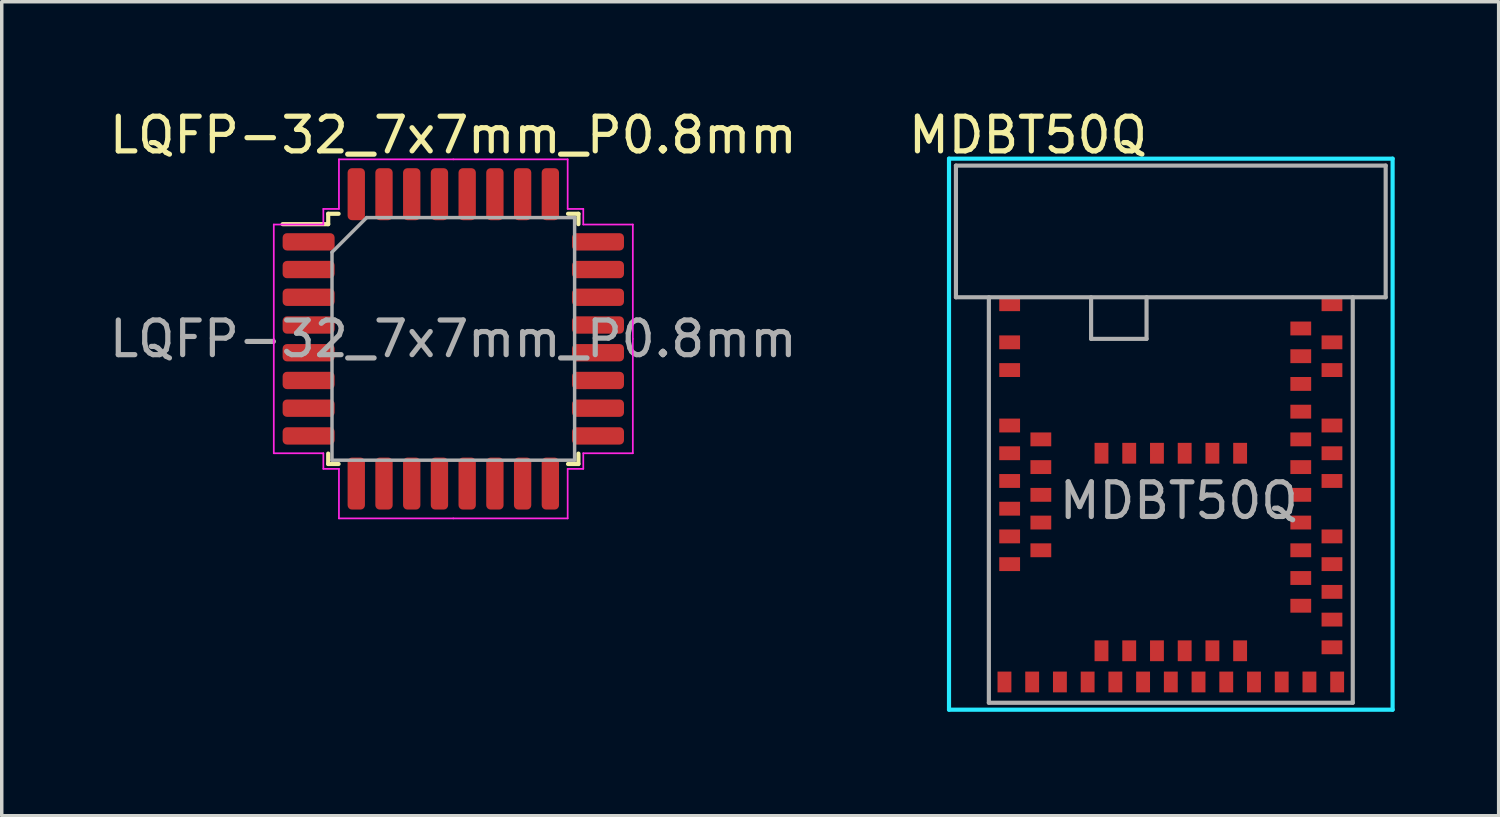
<source format=kicad_pcb>
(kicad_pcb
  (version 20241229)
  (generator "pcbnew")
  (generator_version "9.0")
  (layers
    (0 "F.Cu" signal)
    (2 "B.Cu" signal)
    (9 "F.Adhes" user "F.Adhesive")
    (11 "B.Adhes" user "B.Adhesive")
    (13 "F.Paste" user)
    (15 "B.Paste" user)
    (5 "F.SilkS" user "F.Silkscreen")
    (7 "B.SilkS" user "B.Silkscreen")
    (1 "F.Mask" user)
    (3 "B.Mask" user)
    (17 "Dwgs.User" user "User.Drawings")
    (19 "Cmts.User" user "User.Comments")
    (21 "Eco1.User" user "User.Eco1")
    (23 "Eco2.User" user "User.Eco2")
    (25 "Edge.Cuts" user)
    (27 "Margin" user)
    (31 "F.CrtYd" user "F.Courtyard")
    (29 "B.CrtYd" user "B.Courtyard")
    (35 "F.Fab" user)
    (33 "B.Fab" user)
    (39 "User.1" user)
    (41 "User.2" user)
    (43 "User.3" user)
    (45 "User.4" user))
  (footprint "LQFP-32_7x7mm_P0.8mm"
    (layer "F.Cu")
    (at 10.03 6.728)
    (property "Reference" "LQFP-32_7x7mm_P0.8mm" (at 0 -5.88 0) (layer "F.SilkS") (effects (font (size 1 1) (thickness 0.15))))
    (attr smd)
    (fp_line (start -3.61 -3.61) (end -3.61 -3.31) (stroke (width 0.12) (type solid)) (layer "F.SilkS"))
    (fp_line (start -3.61 -3.31) (end -4.925 -3.31) (stroke (width 0.12) (type solid)) (layer "F.SilkS"))
    (fp_line (start -3.61 3.61) (end -3.61 3.31) (stroke (width 0.12) (type solid)) (layer "F.SilkS"))
    (fp_line (start -3.31 -3.61) (end -3.61 -3.61) (stroke (width 0.12) (type solid)) (layer "F.SilkS"))
    (fp_line (start -3.31 3.61) (end -3.61 3.61) (stroke (width 0.12) (type solid)) (layer "F.SilkS"))
    (fp_line (start 3.31 -3.61) (end 3.61 -3.61) (stroke (width 0.12) (type solid)) (layer "F.SilkS"))
    (fp_line (start 3.31 3.61) (end 3.61 3.61) (stroke (width 0.12) (type solid)) (layer "F.SilkS"))
    (fp_line (start 3.61 -3.61) (end 3.61 -3.31) (stroke (width 0.12) (type solid)) (layer "F.SilkS"))
    (fp_line (start 3.61 3.61) (end 3.61 3.31) (stroke (width 0.12) (type solid)) (layer "F.SilkS"))
    (fp_line (start -5.18 -3.3) (end -5.18 0) (stroke (width 0.05) (type solid)) (layer "F.CrtYd"))
    (fp_line (start -5.18 3.3) (end -5.18 0) (stroke (width 0.05) (type solid)) (layer "F.CrtYd"))
    (fp_line (start -3.75 -3.75) (end -3.75 -3.3) (stroke (width 0.05) (type solid)) (layer "F.CrtYd"))
    (fp_line (start -3.75 -3.3) (end -5.18 -3.3) (stroke (width 0.05) (type solid)) (layer "F.CrtYd"))
    (fp_line (start -3.75 3.3) (end -5.18 3.3) (stroke (width 0.05) (type solid)) (layer "F.CrtYd"))
    (fp_line (start -3.75 3.75) (end -3.75 3.3) (stroke (width 0.05) (type solid)) (layer "F.CrtYd"))
    (fp_line (start -3.3 -5.18) (end -3.3 -3.75) (stroke (width 0.05) (type solid)) (layer "F.CrtYd"))
    (fp_line (start -3.3 -3.75) (end -3.75 -3.75) (stroke (width 0.05) (type solid)) (layer "F.CrtYd"))
    (fp_line (start -3.3 3.75) (end -3.75 3.75) (stroke (width 0.05) (type solid)) (layer "F.CrtYd"))
    (fp_line (start -3.3 5.18) (end -3.3 3.75) (stroke (width 0.05) (type solid)) (layer "F.CrtYd"))
    (fp_line (start 0 -5.18) (end -3.3 -5.18) (stroke (width 0.05) (type solid)) (layer "F.CrtYd"))
    (fp_line (start 0 -5.18) (end 3.3 -5.18) (stroke (width 0.05) (type solid)) (layer "F.CrtYd"))
    (fp_line (start 0 5.18) (end -3.3 5.18) (stroke (width 0.05) (type solid)) (layer "F.CrtYd"))
    (fp_line (start 0 5.18) (end 3.3 5.18) (stroke (width 0.05) (type solid)) (layer "F.CrtYd"))
    (fp_line (start 3.3 -5.18) (end 3.3 -3.75) (stroke (width 0.05) (type solid)) (layer "F.CrtYd"))
    (fp_line (start 3.3 -3.75) (end 3.75 -3.75) (stroke (width 0.05) (type solid)) (layer "F.CrtYd"))
    (fp_line (start 3.3 3.75) (end 3.75 3.75) (stroke (width 0.05) (type solid)) (layer "F.CrtYd"))
    (fp_line (start 3.3 5.18) (end 3.3 3.75) (stroke (width 0.05) (type solid)) (layer "F.CrtYd"))
    (fp_line (start 3.75 -3.75) (end 3.75 -3.3) (stroke (width 0.05) (type solid)) (layer "F.CrtYd"))
    (fp_line (start 3.75 -3.3) (end 5.18 -3.3) (stroke (width 0.05) (type solid)) (layer "F.CrtYd"))
    (fp_line (start 3.75 3.3) (end 5.18 3.3) (stroke (width 0.05) (type solid)) (layer "F.CrtYd"))
    (fp_line (start 3.75 3.75) (end 3.75 3.3) (stroke (width 0.05) (type solid)) (layer "F.CrtYd"))
    (fp_line (start 5.18 -3.3) (end 5.18 0) (stroke (width 0.05) (type solid)) (layer "F.CrtYd"))
    (fp_line (start 5.18 3.3) (end 5.18 0) (stroke (width 0.05) (type solid)) (layer "F.CrtYd"))
    (fp_line (start -3.5 -2.5) (end -2.5 -3.5) (stroke (width 0.1) (type solid)) (layer "F.Fab"))
    (fp_line (start -3.5 3.5) (end -3.5 -2.5) (stroke (width 0.1) (type solid)) (layer "F.Fab"))
    (fp_line (start -2.5 -3.5) (end 3.5 -3.5) (stroke (width 0.1) (type solid)) (layer "F.Fab"))
    (fp_line (start 3.5 -3.5) (end 3.5 3.5) (stroke (width 0.1) (type solid)) (layer "F.Fab"))
    (fp_line (start 3.5 3.5) (end -3.5 3.5) (stroke (width 0.1) (type solid)) (layer "F.Fab"))
    (fp_text user "${REFERENCE}" (at 0 0 0) (layer "F.Fab") (effects (font (size 1 1) (thickness 0.15))))
    (pad "1" smd roundrect (at -4.175 -2.8) (size 1.5 0.5) (layers "F.Cu" "F.Mask" "F.Paste") (roundrect_rratio 0.25))
    (pad "2" smd roundrect (at -4.175 -2) (size 1.5 0.5) (layers "F.Cu" "F.Mask" "F.Paste") (roundrect_rratio 0.25))
    (pad "3" smd roundrect (at -4.175 -1.2) (size 1.5 0.5) (layers "F.Cu" "F.Mask" "F.Paste") (roundrect_rratio 0.25))
    (pad "4" smd roundrect (at -4.175 -0.4) (size 1.5 0.5) (layers "F.Cu" "F.Mask" "F.Paste") (roundrect_rratio 0.25))
    (pad "5" smd roundrect (at -4.175 0.4) (size 1.5 0.5) (layers "F.Cu" "F.Mask" "F.Paste") (roundrect_rratio 0.25))
    (pad "6" smd roundrect (at -4.175 1.2) (size 1.5 0.5) (layers "F.Cu" "F.Mask" "F.Paste") (roundrect_rratio 0.25))
    (pad "7" smd roundrect (at -4.175 2) (size 1.5 0.5) (layers "F.Cu" "F.Mask" "F.Paste") (roundrect_rratio 0.25))
    (pad "8" smd roundrect (at -4.175 2.8) (size 1.5 0.5) (layers "F.Cu" "F.Mask" "F.Paste") (roundrect_rratio 0.25))
    (pad "9" smd roundrect (at -2.8 4.175) (size 0.5 1.5) (layers "F.Cu" "F.Mask" "F.Paste") (roundrect_rratio 0.25))
    (pad "10" smd roundrect (at -2 4.175) (size 0.5 1.5) (layers "F.Cu" "F.Mask" "F.Paste") (roundrect_rratio 0.25))
    (pad "11" smd roundrect (at -1.2 4.175) (size 0.5 1.5) (layers "F.Cu" "F.Mask" "F.Paste") (roundrect_rratio 0.25))
    (pad "12" smd roundrect (at -0.4 4.175) (size 0.5 1.5) (layers "F.Cu" "F.Mask" "F.Paste") (roundrect_rratio 0.25))
    (pad "13" smd roundrect (at 0.4 4.175) (size 0.5 1.5) (layers "F.Cu" "F.Mask" "F.Paste") (roundrect_rratio 0.25))
    (pad "14" smd roundrect (at 1.2 4.175) (size 0.5 1.5) (layers "F.Cu" "F.Mask" "F.Paste") (roundrect_rratio 0.25))
    (pad "15" smd roundrect (at 2 4.175) (size 0.5 1.5) (layers "F.Cu" "F.Mask" "F.Paste") (roundrect_rratio 0.25))
    (pad "16" smd roundrect (at 2.8 4.175) (size 0.5 1.5) (layers "F.Cu" "F.Mask" "F.Paste") (roundrect_rratio 0.25))
    (pad "17" smd roundrect (at 4.175 2.8) (size 1.5 0.5) (layers "F.Cu" "F.Mask" "F.Paste") (roundrect_rratio 0.25))
    (pad "18" smd roundrect (at 4.175 2) (size 1.5 0.5) (layers "F.Cu" "F.Mask" "F.Paste") (roundrect_rratio 0.25))
    (pad "19" smd roundrect (at 4.175 1.2) (size 1.5 0.5) (layers "F.Cu" "F.Mask" "F.Paste") (roundrect_rratio 0.25))
    (pad "20" smd roundrect (at 4.175 0.4) (size 1.5 0.5) (layers "F.Cu" "F.Mask" "F.Paste") (roundrect_rratio 0.25))
    (pad "21" smd roundrect (at 4.175 -0.4) (size 1.5 0.5) (layers "F.Cu" "F.Mask" "F.Paste") (roundrect_rratio 0.25))
    (pad "22" smd roundrect (at 4.175 -1.2) (size 1.5 0.5) (layers "F.Cu" "F.Mask" "F.Paste") (roundrect_rratio 0.25))
    (pad "23" smd roundrect (at 4.175 -2) (size 1.5 0.5) (layers "F.Cu" "F.Mask" "F.Paste") (roundrect_rratio 0.25))
    (pad "24" smd roundrect (at 4.175 -2.8) (size 1.5 0.5) (layers "F.Cu" "F.Mask" "F.Paste") (roundrect_rratio 0.25))
    (pad "25" smd roundrect (at 2.8 -4.175) (size 0.5 1.5) (layers "F.Cu" "F.Mask" "F.Paste") (roundrect_rratio 0.25))
    (pad "26" smd roundrect (at 2 -4.175) (size 0.5 1.5) (layers "F.Cu" "F.Mask" "F.Paste") (roundrect_rratio 0.25))
    (pad "27" smd roundrect (at 1.2 -4.175) (size 0.5 1.5) (layers "F.Cu" "F.Mask" "F.Paste") (roundrect_rratio 0.25))
    (pad "28" smd roundrect (at 0.4 -4.175) (size 0.5 1.5) (layers "F.Cu" "F.Mask" "F.Paste") (roundrect_rratio 0.25))
    (pad "29" smd roundrect (at -0.4 -4.175) (size 0.5 1.5) (layers "F.Cu" "F.Mask" "F.Paste") (roundrect_rratio 0.25))
    (pad "30" smd roundrect (at -1.2 -4.175) (size 0.5 1.5) (layers "F.Cu" "F.Mask" "F.Paste") (roundrect_rratio 0.25))
    (pad "31" smd roundrect (at -2 -4.175) (size 0.5 1.5) (layers "F.Cu" "F.Mask" "F.Paste") (roundrect_rratio 0.25))
    (pad "32" smd roundrect (at -2.8 -4.175) (size 0.5 1.5) (layers "F.Cu" "F.Mask" "F.Paste") (roundrect_rratio 0.25)))
  (footprint "MDBT50Q"
    (layer "F.Cu")
    (at 25.483 17.228)
    (property "Reference" "MDBT50Q" (at 1.13 -16.38 0) (layer "F.SilkS") (effects (font (size 1 1) (thickness 0.15))))
    (attr smd)
    (fp_line (start -1.15 -15.7) (end -1.15 0.2) (stroke (width 0.12) (type solid)) (layer "B.CrtYd"))
    (fp_line (start -1.15 -15.7) (end 11.65 -15.7) (stroke (width 0.12) (type solid)) (layer "B.CrtYd"))
    (fp_line (start 11.65 -15.7) (end 11.65 0.2) (stroke (width 0.12) (type solid)) (layer "B.CrtYd"))
    (fp_line (start 11.65 0.2) (end -1.15 0.2) (stroke (width 0.12) (type solid)) (layer "B.CrtYd"))
    (fp_line (start -0.95 -15.5) (end 11.45 -15.5) (stroke (width 0.12) (type solid)) (layer "F.Fab"))
    (fp_line (start -0.95 -11.7) (end -0.95 -15.5) (stroke (width 0.12) (type solid)) (layer "F.Fab"))
    (fp_line (start -0.95 -11.7) (end 11.45 -11.7) (stroke (width 0.12) (type solid)) (layer "F.Fab"))
    (fp_line (start 0 -11.7) (end 0 0) (stroke (width 0.12) (type solid)) (layer "F.Fab"))
    (fp_line (start 0 0) (end 10.5 0) (stroke (width 0.12) (type solid)) (layer "F.Fab"))
    (fp_line (start 2.95 -11.7) (end 2.95 -10.5) (stroke (width 0.12) (type solid)) (layer "F.Fab"))
    (fp_line (start 2.95 -10.5) (end 4.55 -10.5) (stroke (width 0.12) (type solid)) (layer "F.Fab"))
    (fp_line (start 4.55 -10.5) (end 4.55 -11.7) (stroke (width 0.12) (type solid)) (layer "F.Fab"))
    (fp_line (start 10.5 0) (end 10.5 -11.7) (stroke (width 0.12) (type solid)) (layer "F.Fab"))
    (fp_line (start 11.45 -11.7) (end 11.45 -15.5) (stroke (width 0.12) (type solid)) (layer "F.Fab"))
    (fp_text user "${REFERENCE}" (at 5.48 -5.83 0) (layer "F.Fab") (effects (font (size 1 1) (thickness 0.15))))
    (pad "1" smd rect (at 0.6 -11.5 90) (size 0.4 0.6) (layers "F.Cu" "F.Mask" "F.Paste"))
    (pad "2" smd rect (at 0.6 -10.4 90) (size 0.4 0.6) (layers "F.Cu" "F.Mask" "F.Paste"))
    (pad "3" smd rect (at 0.6 -9.6 90) (size 0.4 0.6) (layers "F.Cu" "F.Mask" "F.Paste"))
    (pad "4" smd rect (at 0.6 -8 90) (size 0.4 0.6) (layers "F.Cu" "F.Mask" "F.Paste"))
    (pad "5" smd rect (at 1.5 -7.6 90) (size 0.4 0.6) (layers "F.Cu" "F.Mask" "F.Paste"))
    (pad "6" smd rect (at 0.6 -7.2 90) (size 0.4 0.6) (layers "F.Cu" "F.Mask" "F.Paste"))
    (pad "7" smd rect (at 1.5 -6.8 90) (size 0.4 0.6) (layers "F.Cu" "F.Mask" "F.Paste"))
    (pad "8" smd rect (at 0.6 -6.4 90) (size 0.4 0.6) (layers "F.Cu" "F.Mask" "F.Paste"))
    (pad "9" smd rect (at 1.5 -6 90) (size 0.4 0.6) (layers "F.Cu" "F.Mask" "F.Paste"))
    (pad "10" smd rect (at 0.6 -5.6 90) (size 0.4 0.6) (layers "F.Cu" "F.Mask" "F.Paste"))
    (pad "11" smd rect (at 1.5 -5.2 90) (size 0.4 0.6) (layers "F.Cu" "F.Mask" "F.Paste"))
    (pad "12" smd rect (at 0.6 -4.8 90) (size 0.4 0.6) (layers "F.Cu" "F.Mask" "F.Paste"))
    (pad "13" smd rect (at 1.5 -4.4 90) (size 0.4 0.6) (layers "F.Cu" "F.Mask" "F.Paste"))
    (pad "14" smd rect (at 0.6 -4 90) (size 0.4 0.6) (layers "F.Cu" "F.Mask" "F.Paste"))
    (pad "15" smd rect (at 0.45 -0.6) (size 0.4 0.6) (layers "F.Cu" "F.Mask" "F.Paste"))
    (pad "16" smd rect (at 1.25 -0.6) (size 0.4 0.6) (layers "F.Cu" "F.Mask" "F.Paste"))
    (pad "17" smd rect (at 2.05 -0.6) (size 0.4 0.6) (layers "F.Cu" "F.Mask" "F.Paste"))
    (pad "18" smd rect (at 2.85 -0.6) (size 0.4 0.6) (layers "F.Cu" "F.Mask" "F.Paste"))
    (pad "19" smd rect (at 3.25 -1.5) (size 0.4 0.6) (layers "F.Cu" "F.Mask" "F.Paste"))
    (pad "20" smd rect (at 3.65 -0.6) (size 0.4 0.6) (layers "F.Cu" "F.Mask" "F.Paste"))
    (pad "21" smd rect (at 4.05 -1.5) (size 0.4 0.6) (layers "F.Cu" "F.Mask" "F.Paste"))
    (pad "22" smd rect (at 4.45 -0.6) (size 0.4 0.6) (layers "F.Cu" "F.Mask" "F.Paste"))
    (pad "23" smd rect (at 4.85 -1.5) (size 0.4 0.6) (layers "F.Cu" "F.Mask" "F.Paste"))
    (pad "24" smd rect (at 5.25 -0.6) (size 0.4 0.6) (layers "F.Cu" "F.Mask" "F.Paste"))
    (pad "25" smd rect (at 5.65 -1.5) (size 0.4 0.6) (layers "F.Cu" "F.Mask" "F.Paste"))
    (pad "26" smd rect (at 6.05 -0.6) (size 0.4 0.6) (layers "F.Cu" "F.Mask" "F.Paste"))
    (pad "27" smd rect (at 6.45 -1.5) (size 0.4 0.6) (layers "F.Cu" "F.Mask" "F.Paste"))
    (pad "28" smd rect (at 6.85 -0.6) (size 0.4 0.6) (layers "F.Cu" "F.Mask" "F.Paste"))
    (pad "29" smd rect (at 7.25 -1.5) (size 0.4 0.6) (layers "F.Cu" "F.Mask" "F.Paste"))
    (pad "30" smd rect (at 7.65 -0.6) (size 0.4 0.6) (layers "F.Cu" "F.Mask" "F.Paste"))
    (pad "31" smd rect (at 8.45 -0.6) (size 0.4 0.6) (layers "F.Cu" "F.Mask" "F.Paste"))
    (pad "32" smd rect (at 9.25 -0.6) (size 0.4 0.6) (layers "F.Cu" "F.Mask" "F.Paste"))
    (pad "33" smd rect (at 10.05 -0.6) (size 0.4 0.6) (layers "F.Cu" "F.Mask" "F.Paste"))
    (pad "34" smd rect (at 9.9 -1.6 90) (size 0.4 0.6) (layers "F.Cu" "F.Mask" "F.Paste"))
    (pad "35" smd rect (at 9.9 -2.4 90) (size 0.4 0.6) (layers "F.Cu" "F.Mask" "F.Paste"))
    (pad "36" smd rect (at 9 -2.8 90) (size 0.4 0.6) (layers "F.Cu" "F.Mask" "F.Paste"))
    (pad "37" smd rect (at 9.9 -3.2 90) (size 0.4 0.6) (layers "F.Cu" "F.Mask" "F.Paste"))
    (pad "38" smd rect (at 9 -3.6 90) (size 0.4 0.6) (layers "F.Cu" "F.Mask" "F.Paste"))
    (pad "39" smd rect (at 9.9 -4 90) (size 0.4 0.6) (layers "F.Cu" "F.Mask" "F.Paste"))
    (pad "40" smd rect (at 9 -4.4 90) (size 0.4 0.6) (layers "F.Cu" "F.Mask" "F.Paste"))
    (pad "41" smd rect (at 9.9 -4.8 90) (size 0.4 0.6) (layers "F.Cu" "F.Mask" "F.Paste"))
    (pad "42" smd rect (at 9 -5.2 90) (size 0.4 0.6) (layers "F.Cu" "F.Mask" "F.Paste"))
    (pad "43" smd rect (at 9 -6 90) (size 0.4 0.6) (layers "F.Cu" "F.Mask" "F.Paste"))
    (pad "44" smd rect (at 9.9 -6.4 90) (size 0.4 0.6) (layers "F.Cu" "F.Mask" "F.Paste"))
    (pad "45" smd rect (at 9 -6.8 90) (size 0.4 0.6) (layers "F.Cu" "F.Mask" "F.Paste"))
    (pad "46" smd rect (at 9.9 -7.2 90) (size 0.4 0.6) (layers "F.Cu" "F.Mask" "F.Paste"))
    (pad "47" smd rect (at 9 -7.6 90) (size 0.4 0.6) (layers "F.Cu" "F.Mask" "F.Paste"))
    (pad "48" smd rect (at 9.9 -8 90) (size 0.4 0.6) (layers "F.Cu" "F.Mask" "F.Paste"))
    (pad "49" smd rect (at 9 -8.4 90) (size 0.4 0.6) (layers "F.Cu" "F.Mask" "F.Paste"))
    (pad "50" smd rect (at 9 -9.2 90) (size 0.4 0.6) (layers "F.Cu" "F.Mask" "F.Paste"))
    (pad "51" smd rect (at 9.9 -9.6 90) (size 0.4 0.6) (layers "F.Cu" "F.Mask" "F.Paste"))
    (pad "52" smd rect (at 9 -10 90) (size 0.4 0.6) (layers "F.Cu" "F.Mask" "F.Paste"))
    (pad "53" smd rect (at 9.9 -10.4 90) (size 0.4 0.6) (layers "F.Cu" "F.Mask" "F.Paste"))
    (pad "54" smd rect (at 9 -10.8 90) (size 0.4 0.6) (layers "F.Cu" "F.Mask" "F.Paste"))
    (pad "55" smd rect (at 9.9 -11.5 90) (size 0.4 0.6) (layers "F.Cu" "F.Mask" "F.Paste"))
    (pad "56" smd rect (at 3.25 -7.2) (size 0.4 0.6) (layers "F.Cu" "F.Mask" "F.Paste"))
    (pad "57" smd rect (at 4.05 -7.2) (size 0.4 0.6) (layers "F.Cu" "F.Mask" "F.Paste"))
    (pad "58" smd rect (at 4.85 -7.2) (size 0.4 0.6) (layers "F.Cu" "F.Mask" "F.Paste"))
    (pad "59" smd rect (at 5.65 -7.2) (size 0.4 0.6) (layers "F.Cu" "F.Mask" "F.Paste"))
    (pad "60" smd rect (at 6.45 -7.2) (size 0.4 0.6) (layers "F.Cu" "F.Mask" "F.Paste"))
    (pad "61" smd rect (at 7.25 -7.2) (size 0.4 0.6) (layers "F.Cu" "F.Mask" "F.Paste")))
  (gr_rect
    (start -3 -3)
    (end 40.193 20.488)
    (stroke (width 0.1) (type default))
    (fill no)
    (layer "Edge.Cuts")))
</source>
